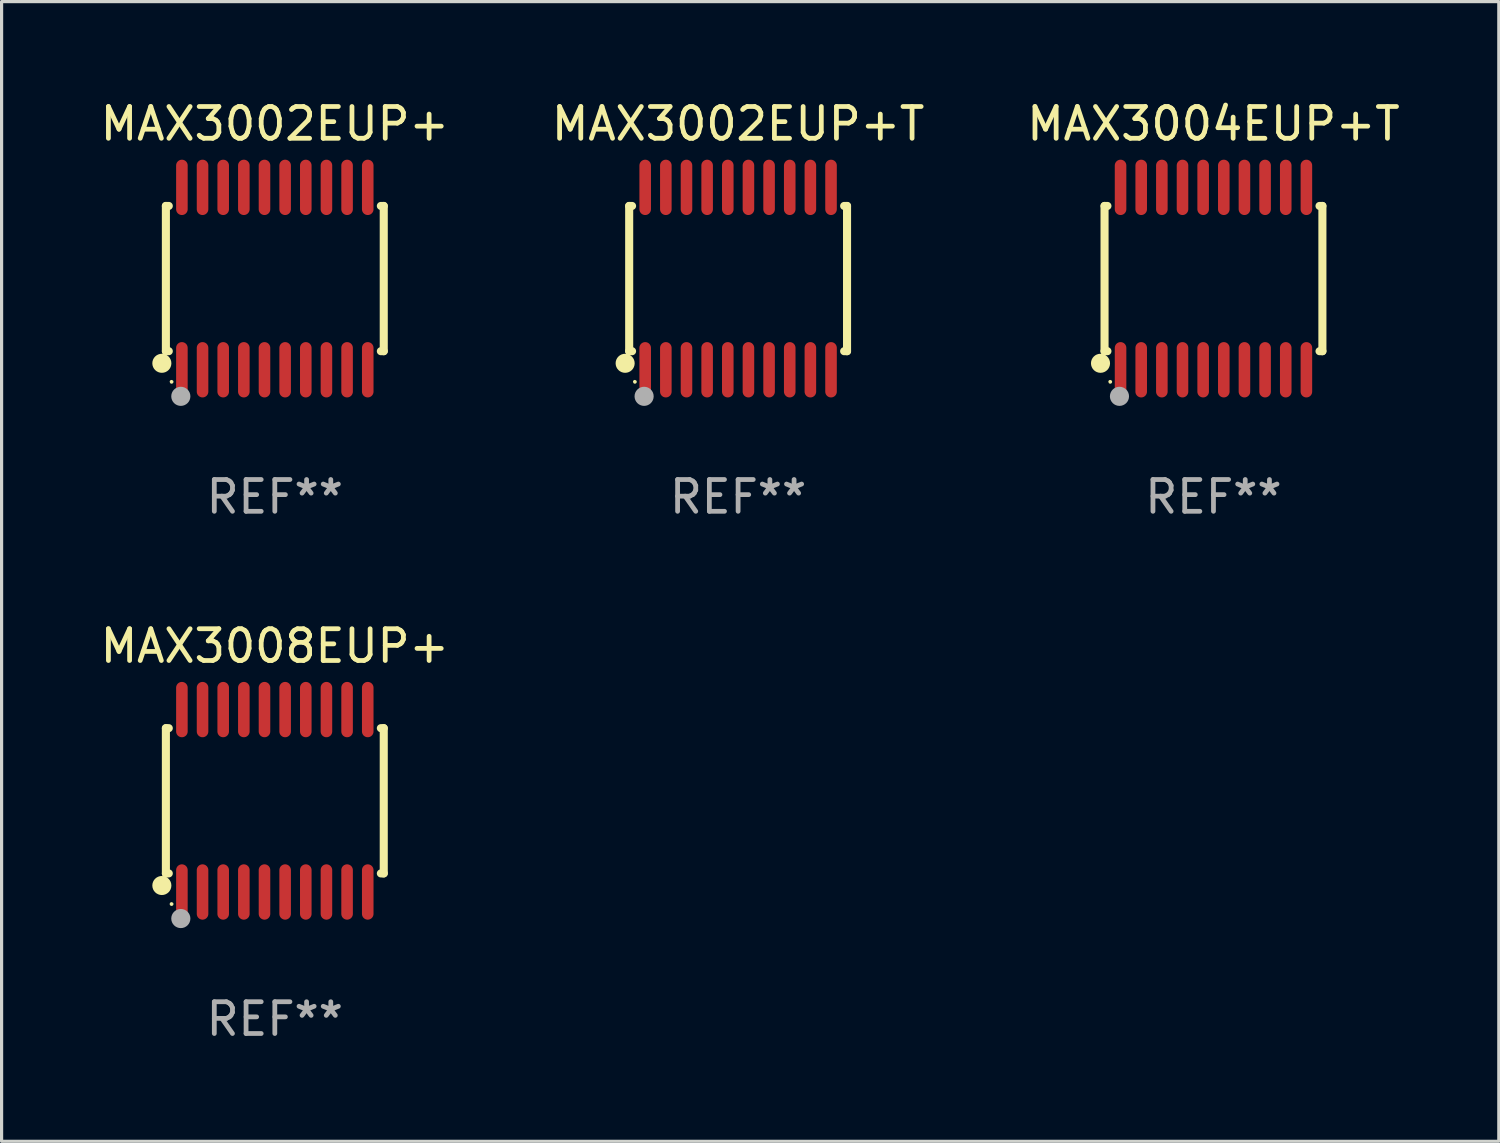
<source format=kicad_pcb>
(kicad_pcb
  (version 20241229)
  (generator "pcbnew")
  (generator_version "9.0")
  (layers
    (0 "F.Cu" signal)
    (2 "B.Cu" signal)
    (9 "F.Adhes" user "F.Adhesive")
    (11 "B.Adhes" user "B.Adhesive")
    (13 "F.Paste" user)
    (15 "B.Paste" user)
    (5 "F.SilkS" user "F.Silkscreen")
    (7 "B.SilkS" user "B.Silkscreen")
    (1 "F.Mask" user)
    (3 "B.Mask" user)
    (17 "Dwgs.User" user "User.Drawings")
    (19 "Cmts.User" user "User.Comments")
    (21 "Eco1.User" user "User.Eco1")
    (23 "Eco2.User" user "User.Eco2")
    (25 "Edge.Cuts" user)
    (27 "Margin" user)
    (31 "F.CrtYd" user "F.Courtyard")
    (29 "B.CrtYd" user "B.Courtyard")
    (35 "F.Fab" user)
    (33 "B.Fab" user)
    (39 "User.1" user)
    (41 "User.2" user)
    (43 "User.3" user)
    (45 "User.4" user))
  (footprint "MAX3004EUP+T"
    (layer "F.Cu")
    (at 35.149 5.719)
    (property "Reference" "MAX3004EUP+T" (at 0 -4.871 0) (layer "F.SilkS") (effects (font (size 1 1) (thickness 0.15))))
    (attr through_hole)
    (fp_line (start -3.429 -2.286) (end -3.429 2.286) (stroke (width 0.254) (type solid)) (layer "F.SilkS"))
    (fp_line (start -3.429 2.286) (end -3.338 2.286) (stroke (width 0.254) (type solid)) (layer "F.SilkS"))
    (fp_line (start -3.338 -2.286) (end -3.429 -2.286) (stroke (width 0.254) (type solid)) (layer "F.SilkS"))
    (fp_line (start 3.338 -2.286) (end 3.429 -2.286) (stroke (width 0.254) (type solid)) (layer "F.SilkS"))
    (fp_line (start 3.429 -2.286) (end 3.429 2.286) (stroke (width 0.254) (type solid)) (layer "F.SilkS"))
    (fp_line (start 3.429 2.286) (end 3.338 2.286) (stroke (width 0.254) (type solid)) (layer "F.SilkS"))
    (fp_circle (center -3.556 2.667) (end -3.406 2.667) (stroke (width 0.3) (type solid)) (fill no) (layer "F.SilkS"))
    (fp_circle (center -3.25 3.25) (end -3.22 3.25) (stroke (width 0.06) (type solid)) (fill no) (layer "F.SilkS"))
    (fp_circle (center -2.959 3.707) (end -2.808 3.707) (stroke (width 0.3) (type solid)) (fill no) (layer "F.Fab"))
    (fp_text user "REF**" (at 0 6.871 0) (layer "F.Fab") (effects (font (size 1 1) (thickness 0.15))))
    (pad "1" smd oval (at -2.925 2.871) (size 0.364 1.742) (layers "F.Cu" "F.Mask" "F.Paste"))
    (pad "2" smd oval (at -2.275 2.871) (size 0.364 1.742) (layers "F.Cu" "F.Mask" "F.Paste"))
    (pad "3" smd oval (at -1.625 2.871) (size 0.364 1.742) (layers "F.Cu" "F.Mask" "F.Paste"))
    (pad "4" smd oval (at -0.975 2.871) (size 0.364 1.742) (layers "F.Cu" "F.Mask" "F.Paste"))
    (pad "5" smd oval (at -0.325 2.871) (size 0.364 1.742) (layers "F.Cu" "F.Mask" "F.Paste"))
    (pad "6" smd oval (at 0.325 2.871) (size 0.364 1.742) (layers "F.Cu" "F.Mask" "F.Paste"))
    (pad "7" smd oval (at 0.975 2.871) (size 0.364 1.742) (layers "F.Cu" "F.Mask" "F.Paste"))
    (pad "8" smd oval (at 1.625 2.871) (size 0.364 1.742) (layers "F.Cu" "F.Mask" "F.Paste"))
    (pad "9" smd oval (at 2.275 2.871) (size 0.364 1.742) (layers "F.Cu" "F.Mask" "F.Paste"))
    (pad "10" smd oval (at 2.925 2.871) (size 0.364 1.742) (layers "F.Cu" "F.Mask" "F.Paste"))
    (pad "11" smd oval (at 2.925 -2.871) (size 0.364 1.742) (layers "F.Cu" "F.Mask" "F.Paste"))
    (pad "12" smd oval (at 2.275 -2.871) (size 0.364 1.742) (layers "F.Cu" "F.Mask" "F.Paste"))
    (pad "13" smd oval (at 1.625 -2.871) (size 0.364 1.742) (layers "F.Cu" "F.Mask" "F.Paste"))
    (pad "14" smd oval (at 0.975 -2.871) (size 0.364 1.742) (layers "F.Cu" "F.Mask" "F.Paste"))
    (pad "15" smd oval (at 0.325 -2.871) (size 0.364 1.742) (layers "F.Cu" "F.Mask" "F.Paste"))
    (pad "16" smd oval (at -0.325 -2.871) (size 0.364 1.742) (layers "F.Cu" "F.Mask" "F.Paste"))
    (pad "17" smd oval (at -0.975 -2.871) (size 0.364 1.742) (layers "F.Cu" "F.Mask" "F.Paste"))
    (pad "18" smd oval (at -1.625 -2.871) (size 0.364 1.742) (layers "F.Cu" "F.Mask" "F.Paste"))
    (pad "19" smd oval (at -2.275 -2.871) (size 0.364 1.742) (layers "F.Cu" "F.Mask" "F.Paste"))
    (pad "20" smd oval (at -2.925 -2.871) (size 0.364 1.742) (layers "F.Cu" "F.Mask" "F.Paste")))
  (footprint "MAX3008EUP+"
    (layer "F.Cu")
    (at 5.601 22.158)
    (property "Reference" "MAX3008EUP+" (at 0 -4.871 0) (layer "F.SilkS") (effects (font (size 1 1) (thickness 0.15))))
    (attr through_hole)
    (fp_line (start -3.429 -2.286) (end -3.429 2.286) (stroke (width 0.254) (type solid)) (layer "F.SilkS"))
    (fp_line (start -3.429 2.286) (end -3.338 2.286) (stroke (width 0.254) (type solid)) (layer "F.SilkS"))
    (fp_line (start -3.338 -2.286) (end -3.429 -2.286) (stroke (width 0.254) (type solid)) (layer "F.SilkS"))
    (fp_line (start 3.338 -2.286) (end 3.429 -2.286) (stroke (width 0.254) (type solid)) (layer "F.SilkS"))
    (fp_line (start 3.429 -2.286) (end 3.429 2.286) (stroke (width 0.254) (type solid)) (layer "F.SilkS"))
    (fp_line (start 3.429 2.286) (end 3.338 2.286) (stroke (width 0.254) (type solid)) (layer "F.SilkS"))
    (fp_circle (center -3.556 2.667) (end -3.406 2.667) (stroke (width 0.3) (type solid)) (fill no) (layer "F.SilkS"))
    (fp_circle (center -3.25 3.25) (end -3.22 3.25) (stroke (width 0.06) (type solid)) (fill no) (layer "F.SilkS"))
    (fp_circle (center -2.959 3.707) (end -2.808 3.707) (stroke (width 0.3) (type solid)) (fill no) (layer "F.Fab"))
    (fp_text user "REF**" (at 0 6.871 0) (layer "F.Fab") (effects (font (size 1 1) (thickness 0.15))))
    (pad "1" smd oval (at -2.925 2.871) (size 0.364 1.742) (layers "F.Cu" "F.Mask" "F.Paste"))
    (pad "2" smd oval (at -2.275 2.871) (size 0.364 1.742) (layers "F.Cu" "F.Mask" "F.Paste"))
    (pad "3" smd oval (at -1.625 2.871) (size 0.364 1.742) (layers "F.Cu" "F.Mask" "F.Paste"))
    (pad "4" smd oval (at -0.975 2.871) (size 0.364 1.742) (layers "F.Cu" "F.Mask" "F.Paste"))
    (pad "5" smd oval (at -0.325 2.871) (size 0.364 1.742) (layers "F.Cu" "F.Mask" "F.Paste"))
    (pad "6" smd oval (at 0.325 2.871) (size 0.364 1.742) (layers "F.Cu" "F.Mask" "F.Paste"))
    (pad "7" smd oval (at 0.975 2.871) (size 0.364 1.742) (layers "F.Cu" "F.Mask" "F.Paste"))
    (pad "8" smd oval (at 1.625 2.871) (size 0.364 1.742) (layers "F.Cu" "F.Mask" "F.Paste"))
    (pad "9" smd oval (at 2.275 2.871) (size 0.364 1.742) (layers "F.Cu" "F.Mask" "F.Paste"))
    (pad "10" smd oval (at 2.925 2.871) (size 0.364 1.742) (layers "F.Cu" "F.Mask" "F.Paste"))
    (pad "11" smd oval (at 2.925 -2.871) (size 0.364 1.742) (layers "F.Cu" "F.Mask" "F.Paste"))
    (pad "12" smd oval (at 2.275 -2.871) (size 0.364 1.742) (layers "F.Cu" "F.Mask" "F.Paste"))
    (pad "13" smd oval (at 1.625 -2.871) (size 0.364 1.742) (layers "F.Cu" "F.Mask" "F.Paste"))
    (pad "14" smd oval (at 0.975 -2.871) (size 0.364 1.742) (layers "F.Cu" "F.Mask" "F.Paste"))
    (pad "15" smd oval (at 0.325 -2.871) (size 0.364 1.742) (layers "F.Cu" "F.Mask" "F.Paste"))
    (pad "16" smd oval (at -0.325 -2.871) (size 0.364 1.742) (layers "F.Cu" "F.Mask" "F.Paste"))
    (pad "17" smd oval (at -0.975 -2.871) (size 0.364 1.742) (layers "F.Cu" "F.Mask" "F.Paste"))
    (pad "18" smd oval (at -1.625 -2.871) (size 0.364 1.742) (layers "F.Cu" "F.Mask" "F.Paste"))
    (pad "19" smd oval (at -2.275 -2.871) (size 0.364 1.742) (layers "F.Cu" "F.Mask" "F.Paste"))
    (pad "20" smd oval (at -2.925 -2.871) (size 0.364 1.742) (layers "F.Cu" "F.Mask" "F.Paste")))
  (footprint "MAX3002EUP+T"
    (layer "F.Cu")
    (at 20.185 5.719)
    (property "Reference" "MAX3002EUP+T" (at 0 -4.871 0) (layer "F.SilkS") (effects (font (size 1 1) (thickness 0.15))))
    (attr through_hole)
    (fp_line (start -3.429 -2.286) (end -3.429 2.286) (stroke (width 0.254) (type solid)) (layer "F.SilkS"))
    (fp_line (start -3.429 2.286) (end -3.338 2.286) (stroke (width 0.254) (type solid)) (layer "F.SilkS"))
    (fp_line (start -3.338 -2.286) (end -3.429 -2.286) (stroke (width 0.254) (type solid)) (layer "F.SilkS"))
    (fp_line (start 3.338 -2.286) (end 3.429 -2.286) (stroke (width 0.254) (type solid)) (layer "F.SilkS"))
    (fp_line (start 3.429 -2.286) (end 3.429 2.286) (stroke (width 0.254) (type solid)) (layer "F.SilkS"))
    (fp_line (start 3.429 2.286) (end 3.338 2.286) (stroke (width 0.254) (type solid)) (layer "F.SilkS"))
    (fp_circle (center -3.556 2.667) (end -3.406 2.667) (stroke (width 0.3) (type solid)) (fill no) (layer "F.SilkS"))
    (fp_circle (center -3.25 3.25) (end -3.22 3.25) (stroke (width 0.06) (type solid)) (fill no) (layer "F.SilkS"))
    (fp_circle (center -2.959 3.707) (end -2.808 3.707) (stroke (width 0.3) (type solid)) (fill no) (layer "F.Fab"))
    (fp_text user "REF**" (at 0 6.871 0) (layer "F.Fab") (effects (font (size 1 1) (thickness 0.15))))
    (pad "1" smd oval (at -2.925 2.871) (size 0.364 1.742) (layers "F.Cu" "F.Mask" "F.Paste"))
    (pad "2" smd oval (at -2.275 2.871) (size 0.364 1.742) (layers "F.Cu" "F.Mask" "F.Paste"))
    (pad "3" smd oval (at -1.625 2.871) (size 0.364 1.742) (layers "F.Cu" "F.Mask" "F.Paste"))
    (pad "4" smd oval (at -0.975 2.871) (size 0.364 1.742) (layers "F.Cu" "F.Mask" "F.Paste"))
    (pad "5" smd oval (at -0.325 2.871) (size 0.364 1.742) (layers "F.Cu" "F.Mask" "F.Paste"))
    (pad "6" smd oval (at 0.325 2.871) (size 0.364 1.742) (layers "F.Cu" "F.Mask" "F.Paste"))
    (pad "7" smd oval (at 0.975 2.871) (size 0.364 1.742) (layers "F.Cu" "F.Mask" "F.Paste"))
    (pad "8" smd oval (at 1.625 2.871) (size 0.364 1.742) (layers "F.Cu" "F.Mask" "F.Paste"))
    (pad "9" smd oval (at 2.275 2.871) (size 0.364 1.742) (layers "F.Cu" "F.Mask" "F.Paste"))
    (pad "10" smd oval (at 2.925 2.871) (size 0.364 1.742) (layers "F.Cu" "F.Mask" "F.Paste"))
    (pad "11" smd oval (at 2.925 -2.871) (size 0.364 1.742) (layers "F.Cu" "F.Mask" "F.Paste"))
    (pad "12" smd oval (at 2.275 -2.871) (size 0.364 1.742) (layers "F.Cu" "F.Mask" "F.Paste"))
    (pad "13" smd oval (at 1.625 -2.871) (size 0.364 1.742) (layers "F.Cu" "F.Mask" "F.Paste"))
    (pad "14" smd oval (at 0.975 -2.871) (size 0.364 1.742) (layers "F.Cu" "F.Mask" "F.Paste"))
    (pad "15" smd oval (at 0.325 -2.871) (size 0.364 1.742) (layers "F.Cu" "F.Mask" "F.Paste"))
    (pad "16" smd oval (at -0.325 -2.871) (size 0.364 1.742) (layers "F.Cu" "F.Mask" "F.Paste"))
    (pad "17" smd oval (at -0.975 -2.871) (size 0.364 1.742) (layers "F.Cu" "F.Mask" "F.Paste"))
    (pad "18" smd oval (at -1.625 -2.871) (size 0.364 1.742) (layers "F.Cu" "F.Mask" "F.Paste"))
    (pad "19" smd oval (at -2.275 -2.871) (size 0.364 1.742) (layers "F.Cu" "F.Mask" "F.Paste"))
    (pad "20" smd oval (at -2.925 -2.871) (size 0.364 1.742) (layers "F.Cu" "F.Mask" "F.Paste")))
  (footprint "MAX3002EUP+"
    (layer "F.Cu")
    (at 5.601 5.719)
    (property "Reference" "MAX3002EUP+" (at 0 -4.871 0) (layer "F.SilkS") (effects (font (size 1 1) (thickness 0.15))))
    (attr through_hole)
    (fp_line (start -3.429 -2.286) (end -3.429 2.286) (stroke (width 0.254) (type solid)) (layer "F.SilkS"))
    (fp_line (start -3.429 2.286) (end -3.338 2.286) (stroke (width 0.254) (type solid)) (layer "F.SilkS"))
    (fp_line (start -3.338 -2.286) (end -3.429 -2.286) (stroke (width 0.254) (type solid)) (layer "F.SilkS"))
    (fp_line (start 3.338 -2.286) (end 3.429 -2.286) (stroke (width 0.254) (type solid)) (layer "F.SilkS"))
    (fp_line (start 3.429 -2.286) (end 3.429 2.286) (stroke (width 0.254) (type solid)) (layer "F.SilkS"))
    (fp_line (start 3.429 2.286) (end 3.338 2.286) (stroke (width 0.254) (type solid)) (layer "F.SilkS"))
    (fp_circle (center -3.556 2.667) (end -3.406 2.667) (stroke (width 0.3) (type solid)) (fill no) (layer "F.SilkS"))
    (fp_circle (center -3.25 3.25) (end -3.22 3.25) (stroke (width 0.06) (type solid)) (fill no) (layer "F.SilkS"))
    (fp_circle (center -2.959 3.707) (end -2.808 3.707) (stroke (width 0.3) (type solid)) (fill no) (layer "F.Fab"))
    (fp_text user "REF**" (at 0 6.871 0) (layer "F.Fab") (effects (font (size 1 1) (thickness 0.15))))
    (pad "1" smd oval (at -2.925 2.871) (size 0.364 1.742) (layers "F.Cu" "F.Mask" "F.Paste"))
    (pad "2" smd oval (at -2.275 2.871) (size 0.364 1.742) (layers "F.Cu" "F.Mask" "F.Paste"))
    (pad "3" smd oval (at -1.625 2.871) (size 0.364 1.742) (layers "F.Cu" "F.Mask" "F.Paste"))
    (pad "4" smd oval (at -0.975 2.871) (size 0.364 1.742) (layers "F.Cu" "F.Mask" "F.Paste"))
    (pad "5" smd oval (at -0.325 2.871) (size 0.364 1.742) (layers "F.Cu" "F.Mask" "F.Paste"))
    (pad "6" smd oval (at 0.325 2.871) (size 0.364 1.742) (layers "F.Cu" "F.Mask" "F.Paste"))
    (pad "7" smd oval (at 0.975 2.871) (size 0.364 1.742) (layers "F.Cu" "F.Mask" "F.Paste"))
    (pad "8" smd oval (at 1.625 2.871) (size 0.364 1.742) (layers "F.Cu" "F.Mask" "F.Paste"))
    (pad "9" smd oval (at 2.275 2.871) (size 0.364 1.742) (layers "F.Cu" "F.Mask" "F.Paste"))
    (pad "10" smd oval (at 2.925 2.871) (size 0.364 1.742) (layers "F.Cu" "F.Mask" "F.Paste"))
    (pad "11" smd oval (at 2.925 -2.871) (size 0.364 1.742) (layers "F.Cu" "F.Mask" "F.Paste"))
    (pad "12" smd oval (at 2.275 -2.871) (size 0.364 1.742) (layers "F.Cu" "F.Mask" "F.Paste"))
    (pad "13" smd oval (at 1.625 -2.871) (size 0.364 1.742) (layers "F.Cu" "F.Mask" "F.Paste"))
    (pad "14" smd oval (at 0.975 -2.871) (size 0.364 1.742) (layers "F.Cu" "F.Mask" "F.Paste"))
    (pad "15" smd oval (at 0.325 -2.871) (size 0.364 1.742) (layers "F.Cu" "F.Mask" "F.Paste"))
    (pad "16" smd oval (at -0.325 -2.871) (size 0.364 1.742) (layers "F.Cu" "F.Mask" "F.Paste"))
    (pad "17" smd oval (at -0.975 -2.871) (size 0.364 1.742) (layers "F.Cu" "F.Mask" "F.Paste"))
    (pad "18" smd oval (at -1.625 -2.871) (size 0.364 1.742) (layers "F.Cu" "F.Mask" "F.Paste"))
    (pad "19" smd oval (at -2.275 -2.871) (size 0.364 1.742) (layers "F.Cu" "F.Mask" "F.Paste"))
    (pad "20" smd oval (at -2.925 -2.871) (size 0.364 1.742) (layers "F.Cu" "F.Mask" "F.Paste")))
  (gr_rect
    (start -3 -3)
    (end 44.131 32.877)
    (stroke (width 0.1) (type default))
    (fill no)
    (layer "Edge.Cuts")))
</source>
